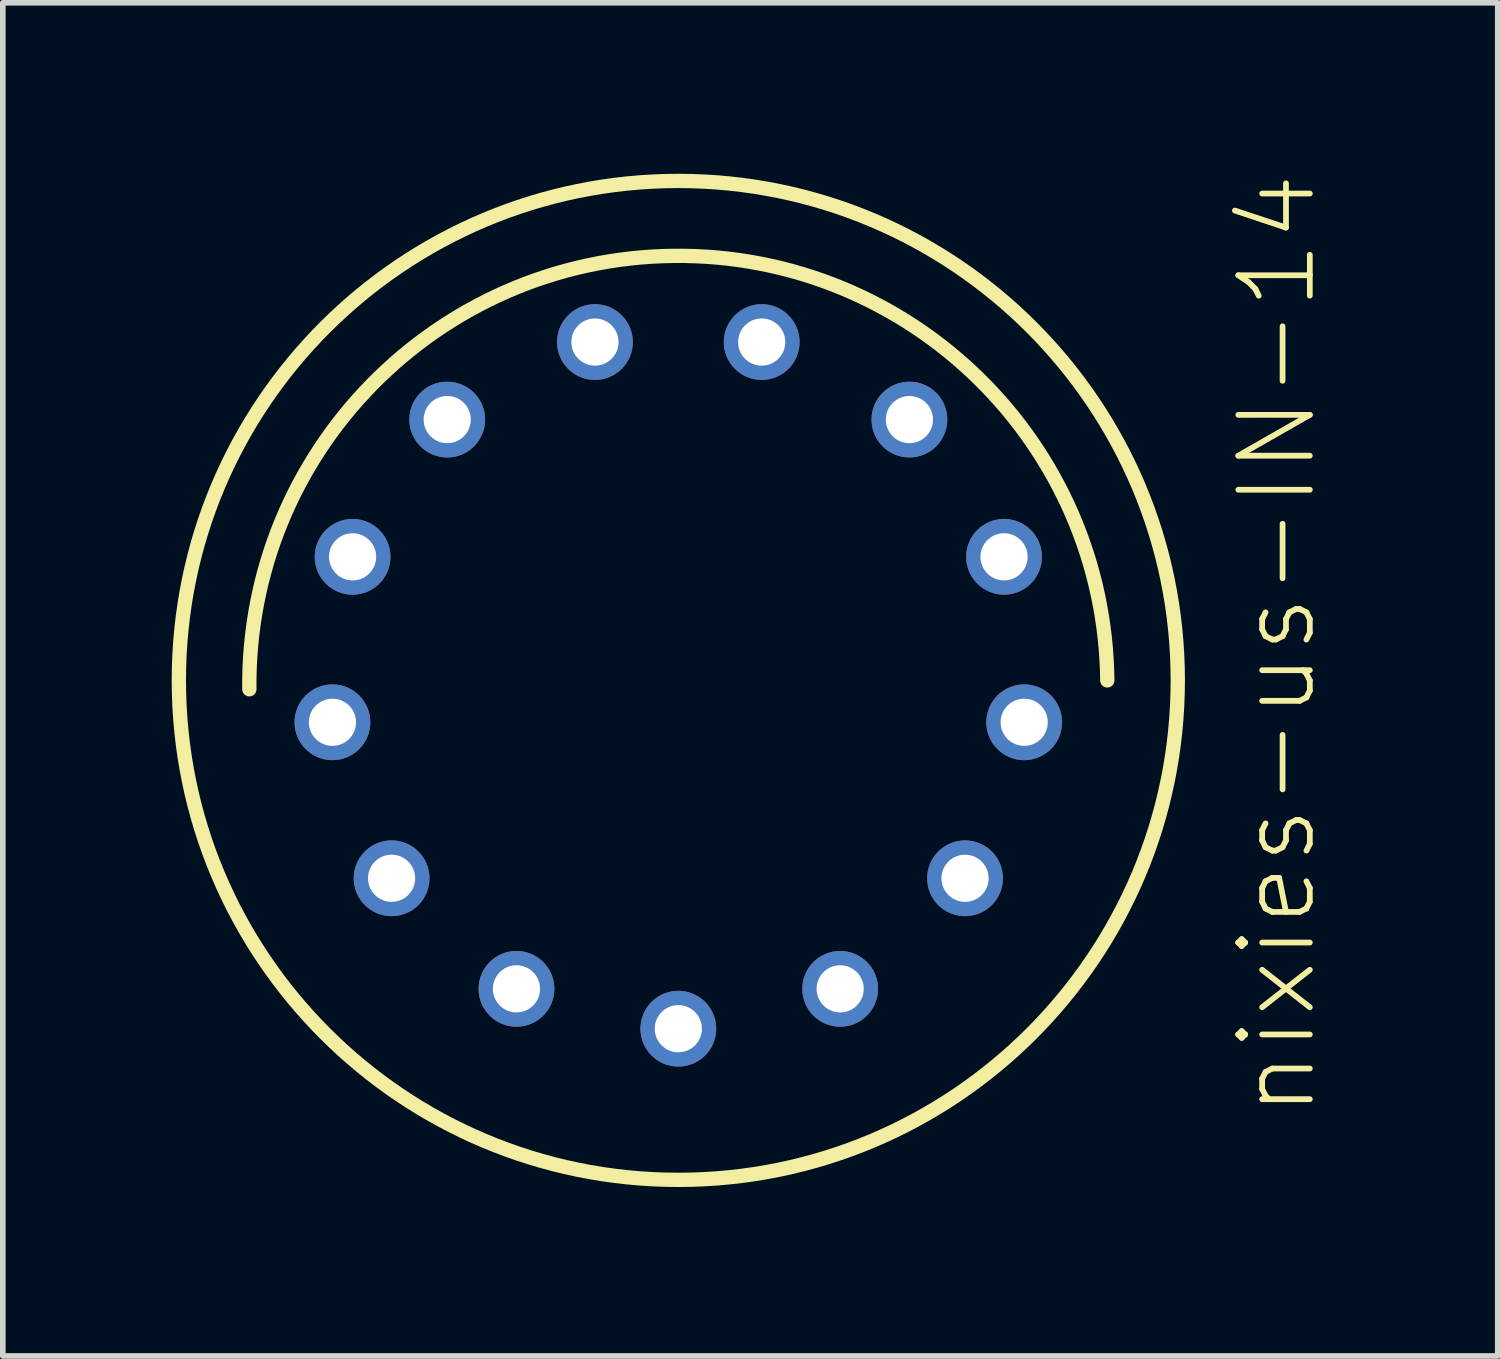
<source format=kicad_pcb>
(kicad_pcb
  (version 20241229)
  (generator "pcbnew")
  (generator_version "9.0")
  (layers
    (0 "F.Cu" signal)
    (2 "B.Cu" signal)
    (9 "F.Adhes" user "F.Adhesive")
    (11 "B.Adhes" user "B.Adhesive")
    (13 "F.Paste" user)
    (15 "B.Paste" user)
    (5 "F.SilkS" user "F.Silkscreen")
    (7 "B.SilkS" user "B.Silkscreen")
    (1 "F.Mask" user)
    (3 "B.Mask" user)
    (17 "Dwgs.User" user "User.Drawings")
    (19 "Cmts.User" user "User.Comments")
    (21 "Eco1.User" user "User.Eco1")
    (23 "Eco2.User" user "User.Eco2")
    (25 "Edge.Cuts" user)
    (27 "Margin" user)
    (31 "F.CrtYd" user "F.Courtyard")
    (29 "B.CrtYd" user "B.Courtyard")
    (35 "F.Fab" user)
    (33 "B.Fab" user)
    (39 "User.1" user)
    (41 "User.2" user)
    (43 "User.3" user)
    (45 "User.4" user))
  (footprint "nixies-us-IN-14"
    (layer "F.Cu")
    (at 8.999 9.036)
    (property "Reference" "nixies-us-IN-14" (at 10.635 -0.635 90) (layer "F.SilkS") (effects (font (size 1.27 1.27) (thickness 0.102))))
    (attr exclude_from_pos_files exclude_from_bom)
    (fp_arc (start -7.62 0.15748) (mid -0.07874 -7.54126) (end 7.62 0) (stroke (width 0.254) (type solid)) (layer "F.SilkS"))
    (fp_circle (center 0 0) (end 0 -8.872) (stroke (width 0.254) (type solid)) (fill no) (layer "F.SilkS"))
    (pad "0" thru_hole circle (at 5.093 3.515) (size 1.346 1.346) (drill 0.838) (layers "*.Cu" "*.Mask"))
    (pad "1" thru_hole circle (at -5.093 3.515) (size 1.346 1.346) (drill 0.838) (layers "*.Cu" "*.Mask"))
    (pad "2" thru_hole circle (at -6.144 0.744) (size 1.346 1.346) (drill 0.838) (layers "*.Cu" "*.Mask"))
    (pad "3" thru_hole circle (at -5.786 -2.195) (size 1.346 1.346) (drill 0.838) (layers "*.Cu" "*.Mask"))
    (pad "4" thru_hole circle (at -4.105 -4.633) (size 1.346 1.346) (drill 0.838) (layers "*.Cu" "*.Mask"))
    (pad "5" thru_hole circle (at -1.481 -6.01) (size 1.346 1.346) (drill 0.838) (layers "*.Cu" "*.Mask"))
    (pad "6" thru_hole circle (at 1.481 -6.01) (size 1.346 1.346) (drill 0.838) (layers "*.Cu" "*.Mask"))
    (pad "7" thru_hole circle (at 4.105 -4.633) (size 1.346 1.346) (drill 0.838) (layers "*.Cu" "*.Mask"))
    (pad "8" thru_hole circle (at 5.786 -2.195) (size 1.346 1.346) (drill 0.838) (layers "*.Cu" "*.Mask"))
    (pad "9" thru_hole circle (at 6.144 0.744) (size 1.346 1.346) (drill 0.838) (layers "*.Cu" "*.Mask"))
    (pad "A" thru_hole circle (at 0 6.187) (size 1.346 1.346) (drill 0.838) (layers "*.Cu" "*.Mask"))
    (pad "LHDP" thru_hole circle (at 2.875 5.479) (size 1.346 1.346) (drill 0.838) (layers "*.Cu" "*.Mask"))
    (pad "RHDP" thru_hole circle (at -2.875 5.479) (size 1.346 1.346) (drill 0.838) (layers "*.Cu" "*.Mask")))
  (gr_rect
    (start -3 -3)
    (end 23.555 21.036)
    (stroke (width 0.1) (type default))
    (fill no)
    (layer "Edge.Cuts")))
</source>
